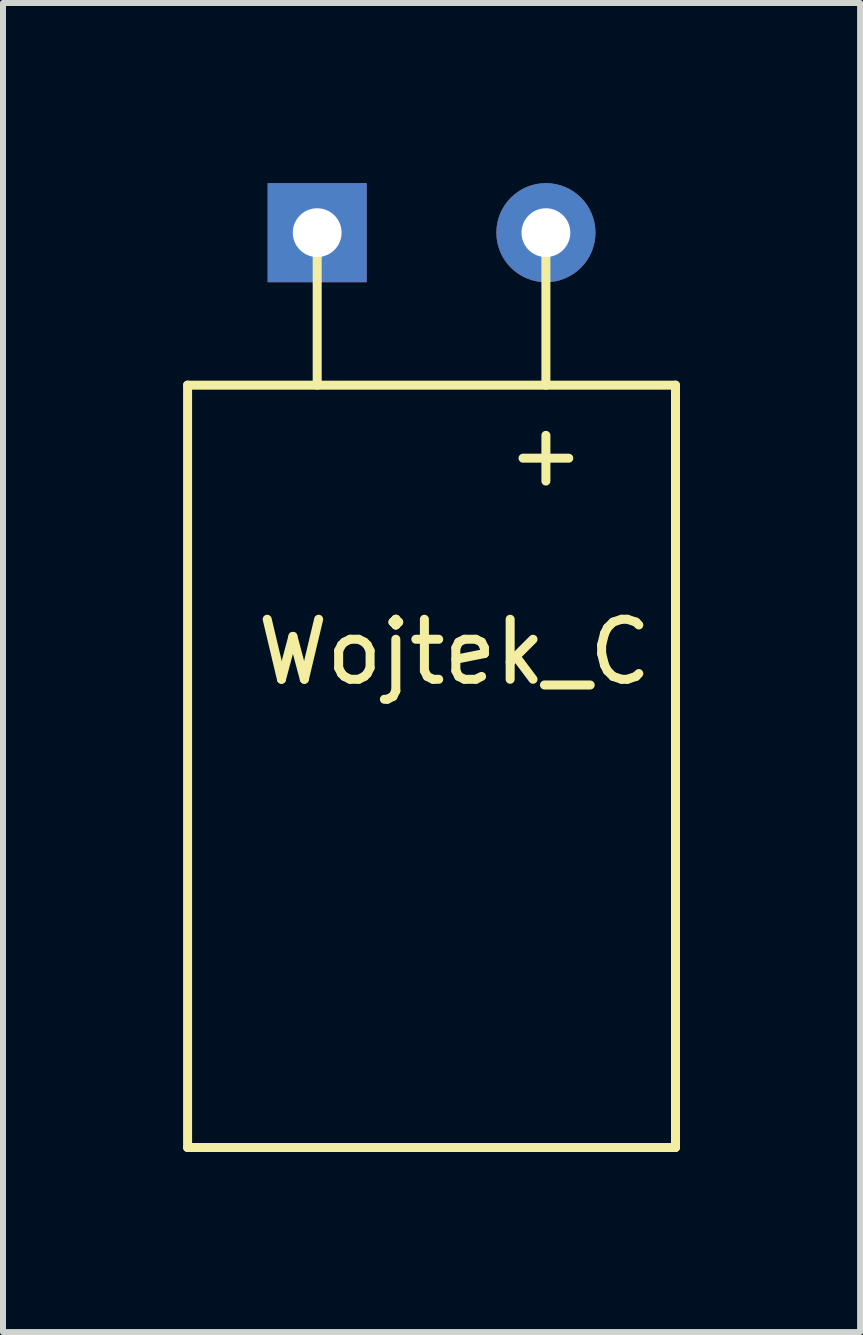
<source format=kicad_pcb>
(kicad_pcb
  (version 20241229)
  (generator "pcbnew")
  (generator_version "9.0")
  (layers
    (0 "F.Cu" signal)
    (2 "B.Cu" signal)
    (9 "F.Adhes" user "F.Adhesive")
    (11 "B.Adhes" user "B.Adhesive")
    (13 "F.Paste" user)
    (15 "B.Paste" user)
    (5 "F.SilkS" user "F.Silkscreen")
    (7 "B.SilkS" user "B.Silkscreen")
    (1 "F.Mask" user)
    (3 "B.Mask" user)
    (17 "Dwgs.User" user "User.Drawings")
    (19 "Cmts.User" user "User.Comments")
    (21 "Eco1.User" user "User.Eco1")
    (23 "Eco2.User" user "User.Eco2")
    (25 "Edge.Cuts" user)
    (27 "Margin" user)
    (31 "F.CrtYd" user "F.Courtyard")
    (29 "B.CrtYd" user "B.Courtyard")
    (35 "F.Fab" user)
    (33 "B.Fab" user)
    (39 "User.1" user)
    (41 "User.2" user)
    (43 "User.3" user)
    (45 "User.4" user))
  (footprint "Wojtek_C"
    (layer "F.Cu")
    (at 4.139 0.826)
    (property "Reference" "Wojtek_C" (at 0.381 6.985 0) (layer "F.SilkS") (effects (font (size 1 1) (thickness 0.15))))
    (attr through_hole)
    (fp_line (start -4.064 2.54) (end -4.064 15.24) (stroke (width 0.15) (type solid)) (layer "F.SilkS"))
    (fp_line (start -4.064 15.24) (end 4.064 15.24) (stroke (width 0.15) (type solid)) (layer "F.SilkS"))
    (fp_line (start -1.905 0) (end -1.905 2.54) (stroke (width 0.15) (type solid)) (layer "F.SilkS"))
    (fp_line (start 1.905 0) (end 1.905 2.54) (stroke (width 0.15) (type solid)) (layer "F.SilkS"))
    (fp_line (start 4.064 2.54) (end -4.064 2.54) (stroke (width 0.15) (type solid)) (layer "F.SilkS"))
    (fp_line (start 4.064 2.54) (end 4.064 15.24) (stroke (width 0.15) (type solid)) (layer "F.SilkS"))
    (fp_text user "+" (at 1.905 3.683 0) (layer "F.SilkS") (effects (font (size 1 1) (thickness 0.15))))
    (pad "1" thru_hole rect (at -1.905 0) (size 1.651 1.651) (drill 0.813) (layers "*.Cu" "*.Mask"))
    (pad "2" thru_hole circle (at 1.905 0) (size 1.651 1.651) (drill 0.813) (layers "*.Cu" "*.Mask")))
  (gr_rect
    (start -3 -3)
    (end 11.278 19.14)
    (stroke (width 0.1) (type default))
    (fill no)
    (layer "Edge.Cuts")))
</source>
